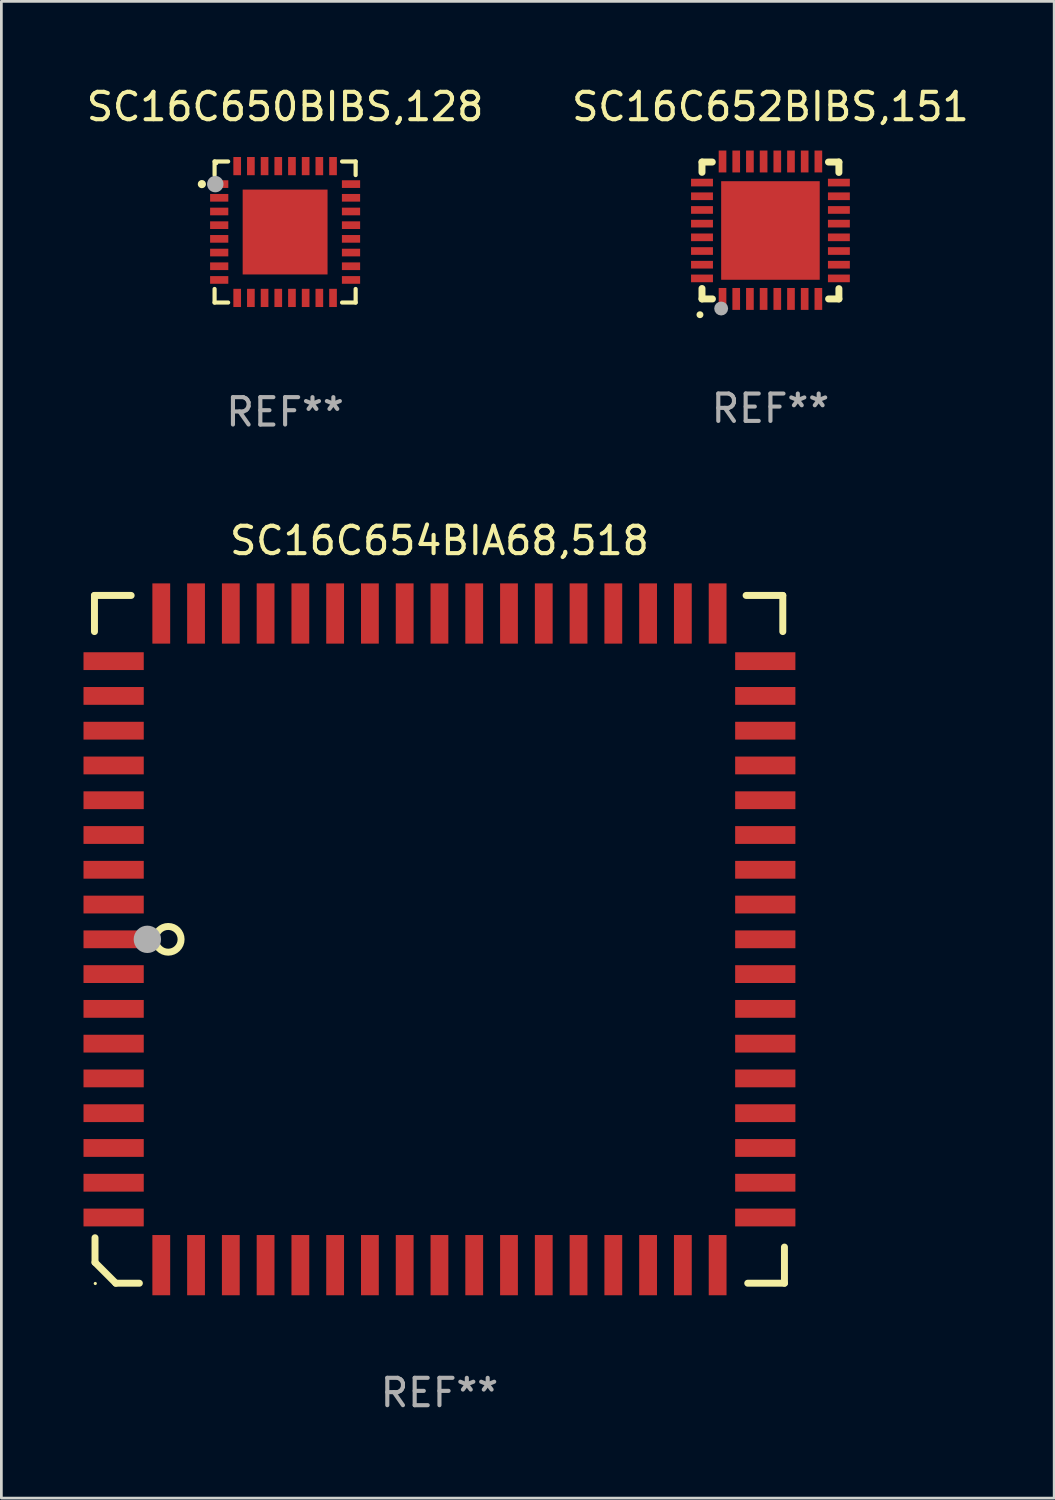
<source format=kicad_pcb>
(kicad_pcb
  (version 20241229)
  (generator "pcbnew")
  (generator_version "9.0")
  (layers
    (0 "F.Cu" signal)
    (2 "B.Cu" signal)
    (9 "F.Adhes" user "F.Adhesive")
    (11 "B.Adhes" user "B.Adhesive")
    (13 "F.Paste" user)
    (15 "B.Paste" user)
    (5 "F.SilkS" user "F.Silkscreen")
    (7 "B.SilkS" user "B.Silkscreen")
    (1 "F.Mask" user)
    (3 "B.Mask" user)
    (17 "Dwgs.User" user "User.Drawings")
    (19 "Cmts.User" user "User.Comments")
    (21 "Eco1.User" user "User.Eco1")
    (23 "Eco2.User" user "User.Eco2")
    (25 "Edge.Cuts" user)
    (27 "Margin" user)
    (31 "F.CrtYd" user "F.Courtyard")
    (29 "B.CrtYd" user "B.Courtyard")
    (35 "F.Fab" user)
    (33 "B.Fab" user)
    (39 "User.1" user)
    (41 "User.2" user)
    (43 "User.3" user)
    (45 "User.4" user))
  (footprint "SC16C654BIA68,518"
    (layer "F.Cu")
    (at 13 31.257)
    (property "Reference" "SC16C654BIA68,518" (at 0 -14.56 0) (layer "F.SilkS") (effects (font (size 1 1) (thickness 0.15))))
    (attr through_hole)
    (fp_line (start -12.6 -12.56) (end -12.6 -11.24) (stroke (width 0.254) (type solid)) (layer "F.SilkS"))
    (fp_line (start -12.58 10.9) (end -12.58 11.8) (stroke (width 0.254) (type solid)) (layer "F.SilkS"))
    (fp_line (start -12.58 11.8) (end -11.82 12.56) (stroke (width 0.254) (type solid)) (layer "F.SilkS"))
    (fp_line (start -11.82 12.56) (end -10.96 12.56) (stroke (width 0.254) (type solid)) (layer "F.SilkS"))
    (fp_line (start -11.26 -12.56) (end -12.6 -12.56) (stroke (width 0.254) (type solid)) (layer "F.SilkS"))
    (fp_line (start 11.2 -12.56) (end 12.54 -12.56) (stroke (width 0.254) (type solid)) (layer "F.SilkS"))
    (fp_line (start 11.26 12.56) (end 12.6 12.56) (stroke (width 0.254) (type solid)) (layer "F.SilkS"))
    (fp_line (start 12.54 -12.56) (end 12.54 -11.24) (stroke (width 0.254) (type solid)) (layer "F.SilkS"))
    (fp_line (start 12.6 12.56) (end 12.6 11.24) (stroke (width 0.254) (type solid)) (layer "F.SilkS"))
    (fp_circle (center -12.57 12.57) (end -12.54 12.57) (stroke (width 0.06) (type solid)) (fill no) (layer "F.SilkS"))
    (fp_circle (center -9.906 0) (end -9.436 0) (stroke (width 0.254) (type solid)) (fill no) (layer "F.SilkS"))
    (fp_circle (center -10.668 0) (end -10.418 0) (stroke (width 0.5) (type solid)) (fill no) (layer "F.Fab"))
    (fp_text user "REF**" (at 0 16.56 0) (layer "F.Fab") (effects (font (size 1 1) (thickness 0.15))))
    (pad "1" smd rect (at -11.9 -0.000076 270) (size 0.65 2.2) (layers "F.Cu" "F.Mask" "F.Paste"))
    (pad "2" smd rect (at -11.9 1.27 270) (size 0.65 2.2) (layers "F.Cu" "F.Mask" "F.Paste"))
    (pad "3" smd rect (at -11.9 2.54 270) (size 0.65 2.2) (layers "F.Cu" "F.Mask" "F.Paste"))
    (pad "4" smd rect (at -11.9 3.81 270) (size 0.65 2.2) (layers "F.Cu" "F.Mask" "F.Paste"))
    (pad "5" smd rect (at -11.9 5.08 270) (size 0.65 2.2) (layers "F.Cu" "F.Mask" "F.Paste"))
    (pad "6" smd rect (at -11.9 6.35 270) (size 0.65 2.2) (layers "F.Cu" "F.Mask" "F.Paste"))
    (pad "7" smd rect (at -11.9 7.62 270) (size 0.65 2.2) (layers "F.Cu" "F.Mask" "F.Paste"))
    (pad "8" smd rect (at -11.9 8.89 270) (size 0.65 2.2) (layers "F.Cu" "F.Mask" "F.Paste"))
    (pad "9" smd rect (at -11.9 10.16 270) (size 0.65 2.2) (layers "F.Cu" "F.Mask" "F.Paste"))
    (pad "10" smd rect (at -10.16 11.9 270) (size 2.2 0.65) (layers "F.Cu" "F.Mask" "F.Paste"))
    (pad "11" smd rect (at -8.89 11.9 270) (size 2.2 0.65) (layers "F.Cu" "F.Mask" "F.Paste"))
    (pad "12" smd rect (at -7.62 11.9 270) (size 2.2 0.65) (layers "F.Cu" "F.Mask" "F.Paste"))
    (pad "13" smd rect (at -6.35 11.9 270) (size 2.2 0.65) (layers "F.Cu" "F.Mask" "F.Paste"))
    (pad "14" smd rect (at -5.08 11.9 270) (size 2.2 0.65) (layers "F.Cu" "F.Mask" "F.Paste"))
    (pad "15" smd rect (at -3.81 11.9 270) (size 2.2 0.65) (layers "F.Cu" "F.Mask" "F.Paste"))
    (pad "16" smd rect (at -2.54 11.9 270) (size 2.2 0.65) (layers "F.Cu" "F.Mask" "F.Paste"))
    (pad "17" smd rect (at -1.27 11.9 270) (size 2.2 0.65) (layers "F.Cu" "F.Mask" "F.Paste"))
    (pad "18" smd rect (at 0 11.9 270) (size 2.2 0.65) (layers "F.Cu" "F.Mask" "F.Paste"))
    (pad "19" smd rect (at 1.27 11.9 270) (size 2.2 0.65) (layers "F.Cu" "F.Mask" "F.Paste"))
    (pad "20" smd rect (at 2.54 11.9 270) (size 2.2 0.65) (layers "F.Cu" "F.Mask" "F.Paste"))
    (pad "21" smd rect (at 3.81 11.9 270) (size 2.2 0.65) (layers "F.Cu" "F.Mask" "F.Paste"))
    (pad "22" smd rect (at 5.08 11.9 270) (size 2.2 0.65) (layers "F.Cu" "F.Mask" "F.Paste"))
    (pad "23" smd rect (at 6.35 11.9 270) (size 2.2 0.65) (layers "F.Cu" "F.Mask" "F.Paste"))
    (pad "24" smd rect (at 7.62 11.9 270) (size 2.2 0.65) (layers "F.Cu" "F.Mask" "F.Paste"))
    (pad "25" smd rect (at 8.89 11.9 270) (size 2.2 0.65) (layers "F.Cu" "F.Mask" "F.Paste"))
    (pad "26" smd rect (at 10.16 11.9 270) (size 2.2 0.65) (layers "F.Cu" "F.Mask" "F.Paste"))
    (pad "27" smd rect (at 11.9 10.16 270) (size 0.65 2.2) (layers "F.Cu" "F.Mask" "F.Paste"))
    (pad "28" smd rect (at 11.9 8.89 270) (size 0.65 2.2) (layers "F.Cu" "F.Mask" "F.Paste"))
    (pad "29" smd rect (at 11.9 7.62 270) (size 0.65 2.2) (layers "F.Cu" "F.Mask" "F.Paste"))
    (pad "30" smd rect (at 11.9 6.35 270) (size 0.65 2.2) (layers "F.Cu" "F.Mask" "F.Paste"))
    (pad "31" smd rect (at 11.9 5.08 270) (size 0.65 2.2) (layers "F.Cu" "F.Mask" "F.Paste"))
    (pad "32" smd rect (at 11.9 3.81 270) (size 0.65 2.2) (layers "F.Cu" "F.Mask" "F.Paste"))
    (pad "33" smd rect (at 11.9 2.54 270) (size 0.65 2.2) (layers "F.Cu" "F.Mask" "F.Paste"))
    (pad "34" smd rect (at 11.9 1.27 270) (size 0.65 2.2) (layers "F.Cu" "F.Mask" "F.Paste"))
    (pad "35" smd rect (at 11.9 -0.000076 270) (size 0.65 2.2) (layers "F.Cu" "F.Mask" "F.Paste"))
    (pad "36" smd rect (at 11.9 -1.27 270) (size 0.65 2.2) (layers "F.Cu" "F.Mask" "F.Paste"))
    (pad "37" smd rect (at 11.9 -2.54 270) (size 0.65 2.2) (layers "F.Cu" "F.Mask" "F.Paste"))
    (pad "38" smd rect (at 11.9 -3.81 270) (size 0.65 2.2) (layers "F.Cu" "F.Mask" "F.Paste"))
    (pad "39" smd rect (at 11.9 -5.08 270) (size 0.65 2.2) (layers "F.Cu" "F.Mask" "F.Paste"))
    (pad "40" smd rect (at 11.9 -6.35 270) (size 0.65 2.2) (layers "F.Cu" "F.Mask" "F.Paste"))
    (pad "41" smd rect (at 11.9 -7.62 270) (size 0.65 2.2) (layers "F.Cu" "F.Mask" "F.Paste"))
    (pad "42" smd rect (at 11.9 -8.89 270) (size 0.65 2.2) (layers "F.Cu" "F.Mask" "F.Paste"))
    (pad "43" smd rect (at 11.9 -10.16 270) (size 0.65 2.2) (layers "F.Cu" "F.Mask" "F.Paste"))
    (pad "44" smd rect (at 10.16 -11.9 270) (size 2.2 0.65) (layers "F.Cu" "F.Mask" "F.Paste"))
    (pad "45" smd rect (at 8.89 -11.9 270) (size 2.2 0.65) (layers "F.Cu" "F.Mask" "F.Paste"))
    (pad "46" smd rect (at 7.62 -11.9 270) (size 2.2 0.65) (layers "F.Cu" "F.Mask" "F.Paste"))
    (pad "47" smd rect (at 6.35 -11.9 270) (size 2.2 0.65) (layers "F.Cu" "F.Mask" "F.Paste"))
    (pad "48" smd rect (at 5.08 -11.9 270) (size 2.2 0.65) (layers "F.Cu" "F.Mask" "F.Paste"))
    (pad "49" smd rect (at 3.81 -11.9 270) (size 2.2 0.65) (layers "F.Cu" "F.Mask" "F.Paste"))
    (pad "50" smd rect (at 2.54 -11.9 270) (size 2.2 0.65) (layers "F.Cu" "F.Mask" "F.Paste"))
    (pad "51" smd rect (at 1.27 -11.9 270) (size 2.2 0.65) (layers "F.Cu" "F.Mask" "F.Paste"))
    (pad "52" smd rect (at 0 -11.9 270) (size 2.2 0.65) (layers "F.Cu" "F.Mask" "F.Paste"))
    (pad "53" smd rect (at -1.27 -11.9 270) (size 2.2 0.65) (layers "F.Cu" "F.Mask" "F.Paste"))
    (pad "54" smd rect (at -2.54 -11.9 270) (size 2.2 0.65) (layers "F.Cu" "F.Mask" "F.Paste"))
    (pad "55" smd rect (at -3.81 -11.9 270) (size 2.2 0.65) (layers "F.Cu" "F.Mask" "F.Paste"))
    (pad "56" smd rect (at -5.08 -11.9 270) (size 2.2 0.65) (layers "F.Cu" "F.Mask" "F.Paste"))
    (pad "57" smd rect (at -6.35 -11.9 270) (size 2.2 0.65) (layers "F.Cu" "F.Mask" "F.Paste"))
    (pad "58" smd rect (at -7.62 -11.9 270) (size 2.2 0.65) (layers "F.Cu" "F.Mask" "F.Paste"))
    (pad "59" smd rect (at -8.89 -11.9 270) (size 2.2 0.65) (layers "F.Cu" "F.Mask" "F.Paste"))
    (pad "60" smd rect (at -10.16 -11.9 270) (size 2.2 0.65) (layers "F.Cu" "F.Mask" "F.Paste"))
    (pad "61" smd rect (at -11.9 -10.16 270) (size 0.65 2.2) (layers "F.Cu" "F.Mask" "F.Paste"))
    (pad "62" smd rect (at -11.9 -8.89 270) (size 0.65 2.2) (layers "F.Cu" "F.Mask" "F.Paste"))
    (pad "63" smd rect (at -11.9 -7.62 270) (size 0.65 2.2) (layers "F.Cu" "F.Mask" "F.Paste"))
    (pad "64" smd rect (at -11.9 -6.35 270) (size 0.65 2.2) (layers "F.Cu" "F.Mask" "F.Paste"))
    (pad "65" smd rect (at -11.9 -5.08 270) (size 0.65 2.2) (layers "F.Cu" "F.Mask" "F.Paste"))
    (pad "66" smd rect (at -11.9 -3.81 270) (size 0.65 2.2) (layers "F.Cu" "F.Mask" "F.Paste"))
    (pad "67" smd rect (at -11.9 -2.54 270) (size 0.65 2.2) (layers "F.Cu" "F.Mask" "F.Paste"))
    (pad "68" smd rect (at -11.9 -1.27 270) (size 0.65 2.2) (layers "F.Cu" "F.Mask" "F.Paste")))
  (footprint "SC16C652BIBS,151"
    (layer "F.Cu")
    (at 25.089 5.358)
    (property "Reference" "SC16C652BIBS,151" (at 0 -4.51 0) (layer "F.SilkS") (effects (font (size 1 1) (thickness 0.15))))
    (attr through_hole)
    (fp_line (start -2.5 -2.49) (end -2.124 -2.49) (stroke (width 0.254) (type solid)) (layer "F.SilkS"))
    (fp_line (start -2.5 -2.114) (end -2.5 -2.49) (stroke (width 0.254) (type solid)) (layer "F.SilkS"))
    (fp_line (start -2.5 2.51) (end -2.5 2.129) (stroke (width 0.254) (type solid)) (layer "F.SilkS"))
    (fp_line (start -2.5 2.51) (end -2.119 2.51) (stroke (width 0.254) (type solid)) (layer "F.SilkS"))
    (fp_line (start 2.119 -2.49) (end 2.5 -2.49) (stroke (width 0.254) (type solid)) (layer "F.SilkS"))
    (fp_line (start 2.124 2.51) (end 2.5 2.51) (stroke (width 0.254) (type solid)) (layer "F.SilkS"))
    (fp_line (start 2.5 -2.49) (end 2.5 -2.109) (stroke (width 0.254) (type solid)) (layer "F.SilkS"))
    (fp_line (start 2.5 2.134) (end 2.5 2.51) (stroke (width 0.254) (type solid)) (layer "F.SilkS"))
    (fp_arc (start -2.57554 3.086005) (mid -2.57427 3.085999) (end -2.573 3.086005) (stroke (width 0.25) (type solid)) (layer "F.SilkS"))
    (fp_circle (center -2.5 2.5) (end -2.45 2.5) (stroke (width 0.1) (type solid)) (fill no) (layer "F.SilkS"))
    (fp_circle (center -1.8 2.86) (end -1.673 2.86) (stroke (width 0.254) (type solid)) (fill no) (layer "F.Fab"))
    (fp_text user "REF**" (at 0 6.51 0) (layer "F.Fab") (effects (font (size 1 1) (thickness 0.15))))
    (pad "1" smd rect (at -1.75 2.51) (size 0.28 0.8) (layers "F.Cu" "F.Mask" "F.Paste"))
    (pad "2" smd rect (at -1.25 2.51) (size 0.28 0.8) (layers "F.Cu" "F.Mask" "F.Paste"))
    (pad "3" smd rect (at -0.75 2.51) (size 0.28 0.8) (layers "F.Cu" "F.Mask" "F.Paste"))
    (pad "4" smd rect (at -0.25 2.51) (size 0.28 0.8) (layers "F.Cu" "F.Mask" "F.Paste"))
    (pad "5" smd rect (at 0.25 2.51) (size 0.28 0.8) (layers "F.Cu" "F.Mask" "F.Paste"))
    (pad "6" smd rect (at 0.75 2.51) (size 0.28 0.8) (layers "F.Cu" "F.Mask" "F.Paste"))
    (pad "7" smd rect (at 1.25 2.51) (size 0.28 0.8) (layers "F.Cu" "F.Mask" "F.Paste"))
    (pad "8" smd rect (at 1.75 2.51) (size 0.28 0.8) (layers "F.Cu" "F.Mask" "F.Paste"))
    (pad "9" smd rect (at 2.5 1.76) (size 0.8 0.28) (layers "F.Cu" "F.Mask" "F.Paste"))
    (pad "10" smd rect (at 2.5 1.26) (size 0.8 0.28) (layers "F.Cu" "F.Mask" "F.Paste"))
    (pad "11" smd rect (at 2.5 0.76) (size 0.8 0.28) (layers "F.Cu" "F.Mask" "F.Paste"))
    (pad "12" smd rect (at 2.5 0.26) (size 0.8 0.28) (layers "F.Cu" "F.Mask" "F.Paste"))
    (pad "13" smd rect (at 2.5 -0.24) (size 0.8 0.28) (layers "F.Cu" "F.Mask" "F.Paste"))
    (pad "14" smd rect (at 2.5 -0.74) (size 0.8 0.28) (layers "F.Cu" "F.Mask" "F.Paste"))
    (pad "15" smd rect (at 2.5 -1.24) (size 0.8 0.28) (layers "F.Cu" "F.Mask" "F.Paste"))
    (pad "16" smd rect (at 2.5 -1.74) (size 0.8 0.28) (layers "F.Cu" "F.Mask" "F.Paste"))
    (pad "17" smd rect (at 1.75 -2.51) (size 0.28 0.8) (layers "F.Cu" "F.Mask" "F.Paste"))
    (pad "18" smd rect (at 1.25 -2.51) (size 0.28 0.8) (layers "F.Cu" "F.Mask" "F.Paste"))
    (pad "19" smd rect (at 0.75 -2.51) (size 0.28 0.8) (layers "F.Cu" "F.Mask" "F.Paste"))
    (pad "20" smd rect (at 0.25 -2.51) (size 0.28 0.8) (layers "F.Cu" "F.Mask" "F.Paste"))
    (pad "21" smd rect (at -0.25 -2.51) (size 0.28 0.8) (layers "F.Cu" "F.Mask" "F.Paste"))
    (pad "22" smd rect (at -0.75 -2.51) (size 0.28 0.8) (layers "F.Cu" "F.Mask" "F.Paste"))
    (pad "23" smd rect (at -1.25 -2.51) (size 0.28 0.8) (layers "F.Cu" "F.Mask" "F.Paste"))
    (pad "24" smd rect (at -1.75 -2.51) (size 0.28 0.8) (layers "F.Cu" "F.Mask" "F.Paste"))
    (pad "25" smd rect (at -2.5 -1.74) (size 0.8 0.28) (layers "F.Cu" "F.Mask" "F.Paste"))
    (pad "26" smd rect (at -2.5 -1.24) (size 0.8 0.28) (layers "F.Cu" "F.Mask" "F.Paste"))
    (pad "27" smd rect (at -2.5 -0.74) (size 0.8 0.28) (layers "F.Cu" "F.Mask" "F.Paste"))
    (pad "28" smd rect (at -2.5 -0.24) (size 0.8 0.28) (layers "F.Cu" "F.Mask" "F.Paste"))
    (pad "29" smd rect (at -2.5 0.26) (size 0.8 0.28) (layers "F.Cu" "F.Mask" "F.Paste"))
    (pad "30" smd rect (at -2.5 0.76) (size 0.8 0.28) (layers "F.Cu" "F.Mask" "F.Paste"))
    (pad "31" smd rect (at -2.5 1.26) (size 0.8 0.28) (layers "F.Cu" "F.Mask" "F.Paste"))
    (pad "32" smd rect (at -2.5 1.76) (size 0.8 0.28) (layers "F.Cu" "F.Mask" "F.Paste"))
    (pad "33" smd rect (at 0.000102 0.01) (size 3.6 3.6) (layers "F.Cu" "F.Mask" "F.Paste")))
  (footprint "SC16C650BIBS,128"
    (layer "F.Cu")
    (at 7.363 5.424)
    (property "Reference" "SC16C650BIBS,128" (at 0 -4.576 0) (layer "F.SilkS") (effects (font (size 1 1) (thickness 0.15))))
    (attr through_hole)
    (fp_line (start -2.576 -2.576) (end -2.576 -2.08) (stroke (width 0.152) (type solid)) (layer "F.SilkS"))
    (fp_line (start -2.576 2.576) (end -2.576 2.08) (stroke (width 0.152) (type solid)) (layer "F.SilkS"))
    (fp_line (start -2.08 -2.576) (end -2.576 -2.576) (stroke (width 0.152) (type solid)) (layer "F.SilkS"))
    (fp_line (start -2.08 2.576) (end -2.576 2.576) (stroke (width 0.152) (type solid)) (layer "F.SilkS"))
    (fp_line (start 2.08 -2.576) (end 2.576 -2.576) (stroke (width 0.152) (type solid)) (layer "F.SilkS"))
    (fp_line (start 2.08 2.576) (end 2.576 2.576) (stroke (width 0.152) (type solid)) (layer "F.SilkS"))
    (fp_line (start 2.576 -2.576) (end 2.576 -2.08) (stroke (width 0.152) (type solid)) (layer "F.SilkS"))
    (fp_line (start 2.576 2.576) (end 2.576 2.08) (stroke (width 0.152) (type solid)) (layer "F.SilkS"))
    (fp_circle (center -3.04 -1.75) (end -2.965 -1.75) (stroke (width 0.15) (type solid)) (fill no) (layer "F.SilkS"))
    (fp_circle (center -2.5 -2.5) (end -2.47 -2.5) (stroke (width 0.06) (type solid)) (fill no) (layer "F.SilkS"))
    (fp_circle (center -2.55 -1.75) (end -2.4 -1.75) (stroke (width 0.3) (type solid)) (fill no) (layer "F.Fab"))
    (fp_text user "REF**" (at 0 6.576 0) (layer "F.Fab") (effects (font (size 1 1) (thickness 0.15))))
    (pad "1" smd rect (at -2.407 -1.75) (size 0.665 0.28) (layers "F.Cu" "F.Mask" "F.Paste"))
    (pad "2" smd rect (at -2.407 -1.25) (size 0.665 0.28) (layers "F.Cu" "F.Mask" "F.Paste"))
    (pad "3" smd rect (at -2.407 -0.75) (size 0.665 0.28) (layers "F.Cu" "F.Mask" "F.Paste"))
    (pad "4" smd rect (at -2.407 -0.25) (size 0.665 0.28) (layers "F.Cu" "F.Mask" "F.Paste"))
    (pad "5" smd rect (at -2.407 0.25) (size 0.665 0.28) (layers "F.Cu" "F.Mask" "F.Paste"))
    (pad "6" smd rect (at -2.407 0.75) (size 0.665 0.28) (layers "F.Cu" "F.Mask" "F.Paste"))
    (pad "7" smd rect (at -2.407 1.25) (size 0.665 0.28) (layers "F.Cu" "F.Mask" "F.Paste"))
    (pad "8" smd rect (at -2.407 1.75) (size 0.665 0.28) (layers "F.Cu" "F.Mask" "F.Paste"))
    (pad "9" smd rect (at -1.75 2.407) (size 0.28 0.665) (layers "F.Cu" "F.Mask" "F.Paste"))
    (pad "10" smd rect (at -1.25 2.407) (size 0.28 0.665) (layers "F.Cu" "F.Mask" "F.Paste"))
    (pad "11" smd rect (at -0.75 2.407) (size 0.28 0.665) (layers "F.Cu" "F.Mask" "F.Paste"))
    (pad "12" smd rect (at -0.25 2.407) (size 0.28 0.665) (layers "F.Cu" "F.Mask" "F.Paste"))
    (pad "13" smd rect (at 0.25 2.407) (size 0.28 0.665) (layers "F.Cu" "F.Mask" "F.Paste"))
    (pad "14" smd rect (at 0.75 2.407) (size 0.28 0.665) (layers "F.Cu" "F.Mask" "F.Paste"))
    (pad "15" smd rect (at 1.25 2.407) (size 0.28 0.665) (layers "F.Cu" "F.Mask" "F.Paste"))
    (pad "16" smd rect (at 1.75 2.407) (size 0.28 0.665) (layers "F.Cu" "F.Mask" "F.Paste"))
    (pad "17" smd rect (at 2.407 1.75) (size 0.665 0.28) (layers "F.Cu" "F.Mask" "F.Paste"))
    (pad "18" smd rect (at 2.407 1.25) (size 0.665 0.28) (layers "F.Cu" "F.Mask" "F.Paste"))
    (pad "19" smd rect (at 2.407 0.75) (size 0.665 0.28) (layers "F.Cu" "F.Mask" "F.Paste"))
    (pad "20" smd rect (at 2.407 0.25) (size 0.665 0.28) (layers "F.Cu" "F.Mask" "F.Paste"))
    (pad "21" smd rect (at 2.407 -0.25) (size 0.665 0.28) (layers "F.Cu" "F.Mask" "F.Paste"))
    (pad "22" smd rect (at 2.407 -0.75) (size 0.665 0.28) (layers "F.Cu" "F.Mask" "F.Paste"))
    (pad "23" smd rect (at 2.407 -1.25) (size 0.665 0.28) (layers "F.Cu" "F.Mask" "F.Paste"))
    (pad "24" smd rect (at 2.407 -1.75) (size 0.665 0.28) (layers "F.Cu" "F.Mask" "F.Paste"))
    (pad "25" smd rect (at 1.75 -2.407) (size 0.28 0.665) (layers "F.Cu" "F.Mask" "F.Paste"))
    (pad "26" smd rect (at 1.25 -2.407) (size 0.28 0.665) (layers "F.Cu" "F.Mask" "F.Paste"))
    (pad "27" smd rect (at 0.75 -2.407) (size 0.28 0.665) (layers "F.Cu" "F.Mask" "F.Paste"))
    (pad "28" smd rect (at 0.25 -2.407) (size 0.28 0.665) (layers "F.Cu" "F.Mask" "F.Paste"))
    (pad "29" smd rect (at -0.25 -2.407) (size 0.28 0.665) (layers "F.Cu" "F.Mask" "F.Paste"))
    (pad "30" smd rect (at -0.75 -2.407) (size 0.28 0.665) (layers "F.Cu" "F.Mask" "F.Paste"))
    (pad "31" smd rect (at -1.25 -2.407) (size 0.28 0.665) (layers "F.Cu" "F.Mask" "F.Paste"))
    (pad "32" smd rect (at -1.75 -2.407) (size 0.28 0.665) (layers "F.Cu" "F.Mask" "F.Paste"))
    (pad "33" smd rect (at 0 0) (size 3.1 3.1) (layers "F.Cu" "F.Mask" "F.Paste")))
  (gr_rect
    (start -3 -3)
    (end 35.452 51.665)
    (stroke (width 0.1) (type default))
    (fill no)
    (layer "Edge.Cuts")))
</source>
